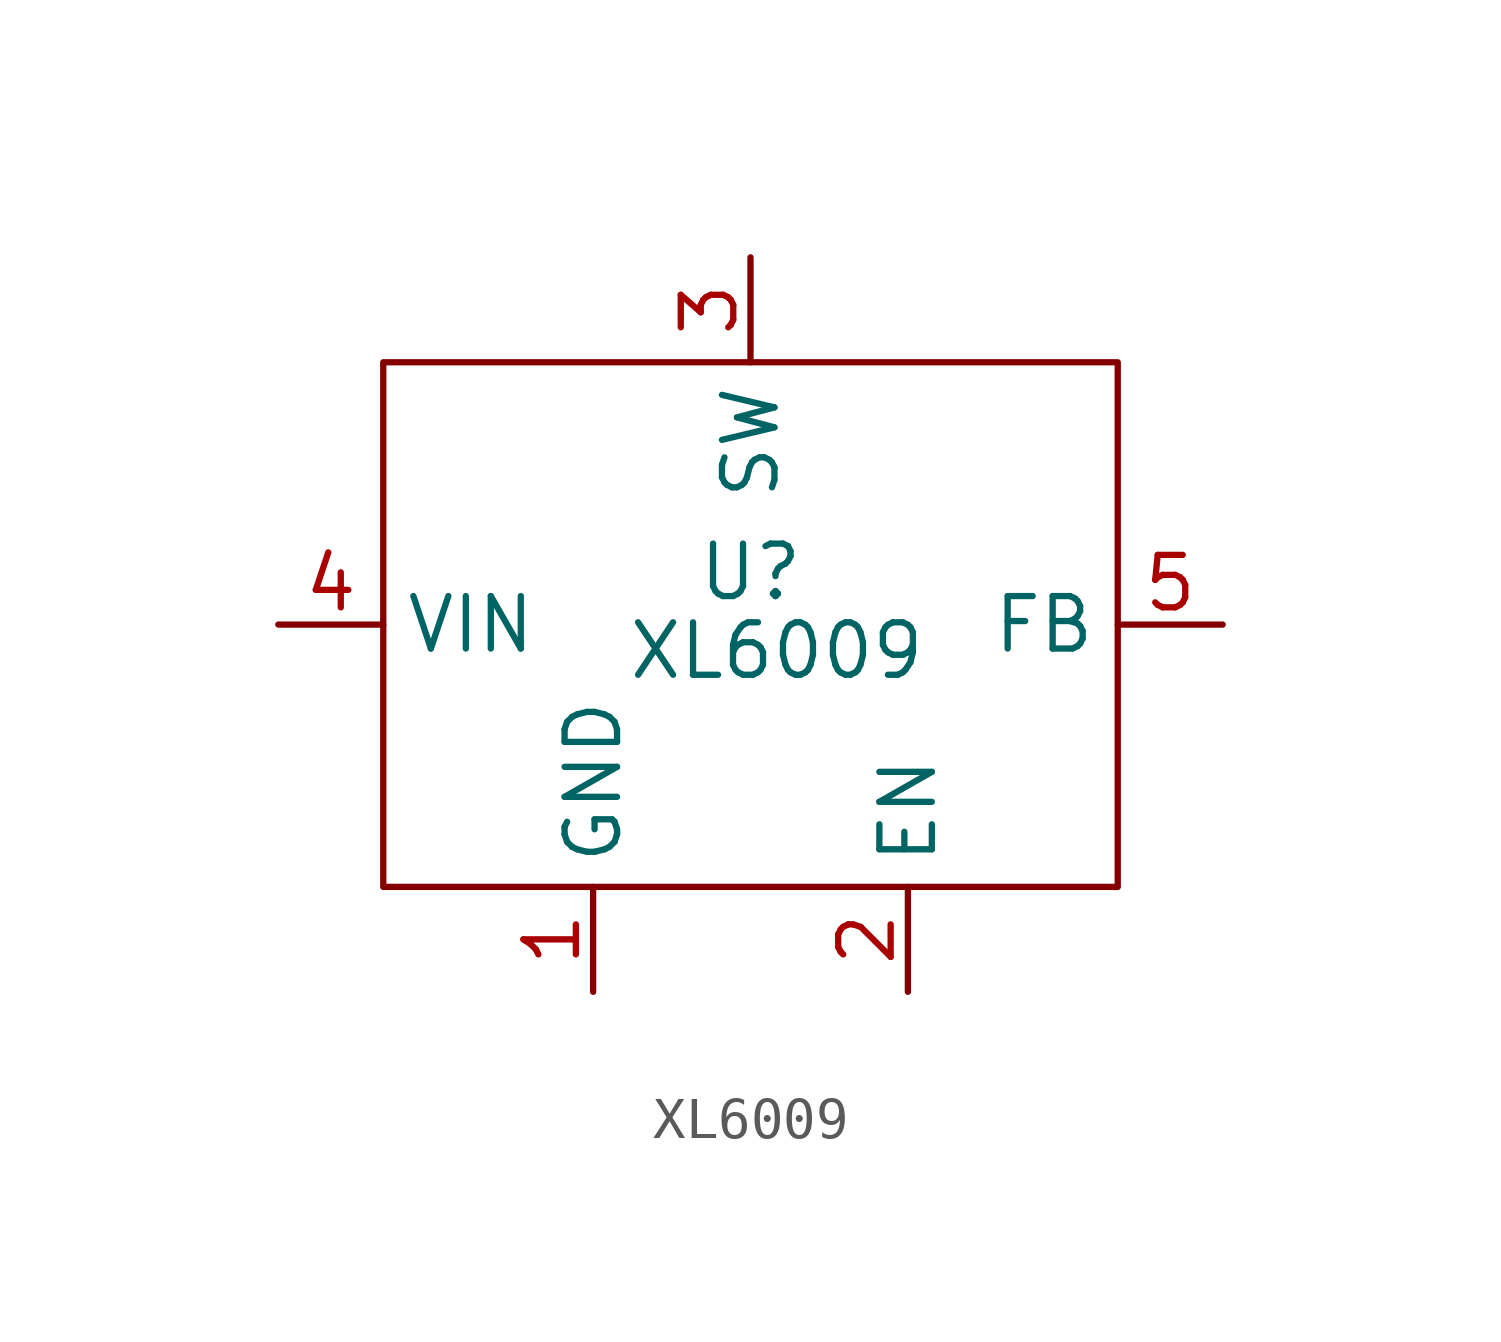
<source format=kicad_sym>
(kicad_symbol_lib
  (version 20211014)
  (generator kicad_symbol_editor)
  (symbol "XL6009"
    (property "Reference" "U"
      (at 0 1.27 0)
      (effects (font (size 1.27 1.27))))
    (property "Value" "XL6009"
      (at 0.635 -0.635 0)
      (effects (font (size 1.27 1.27))))
    (symbol "XL6009_0_1"
      (rectangle (start -8.89 6.35) (end 8.89 -6.35) (stroke (width 0) (type default) (color 0 0 0 0)) (fill (type none))))
    (symbol "XL6009_1_1"
      (pin input line (at -3.81 -8.89 90) (length 2.54) (name "GND" (effects (font (size 1.27 1.27)))) (number "1" (effects (font (size 1.27 1.27)))))
      (pin input line (at 3.81 -8.89 90) (length 2.54) (name "EN" (effects (font (size 1.27 1.27)))) (number "2" (effects (font (size 1.27 1.27)))))
      (pin input line (at 0 8.89 270) (length 2.54) (name "SW" (effects (font (size 1.27 1.27)))) (number "3" (effects (font (size 1.27 1.27)))))
      (pin input line (at -11.43 0 0) (length 2.54) (name "VIN" (effects (font (size 1.27 1.27)))) (number "4" (effects (font (size 1.27 1.27)))))
      (pin input line (at 11.43 0 180) (length 2.54) (name "FB" (effects (font (size 1.27 1.27)))) (number "5" (effects (font (size 1.27 1.27))))))))
</source>
